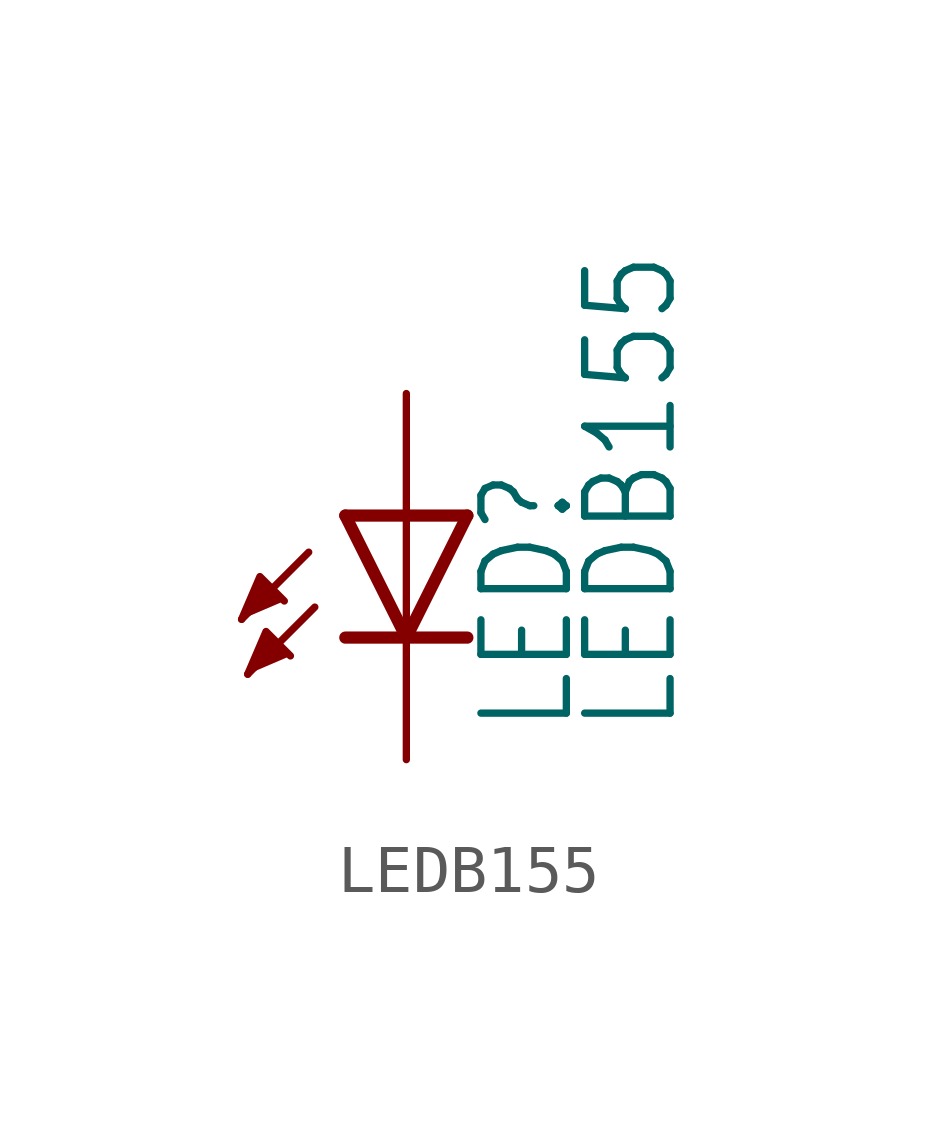
<source format=kicad_sym>
(kicad_symbol_lib
  (version 20201005)
  (generator kicad_symbol_editor)
  (symbol "LEDB155"
    (property "Reference" "LED"
      (at 3.556 -4.572 90)
      (effects (font (size 1.778 1.511)) (justify left bottom)))
    (property "Value" "LEDB155"
      (at 5.715 -4.572 90)
      (effects (font (size 1.778 1.511)) (justify left bottom)))
    (property "ki_locked" ""
      (at 0 0 0)
      (effects (font (size 1.27 1.27))))
    (symbol "LEDB155_1_0"
      (polyline (pts (xy 1.27 0) (xy 0 -2.54)) (stroke (width 0.254)) (fill (type none)))
      (polyline (pts (xy 0 -2.54) (xy -1.27 0)) (stroke (width 0.254)) (fill (type none)))
      (polyline (pts (xy 1.27 -2.54) (xy 0 -2.54)) (stroke (width 0.254)) (fill (type none)))
      (polyline (pts (xy 0 -2.54) (xy -1.27 -2.54)) (stroke (width 0.254)) (fill (type none)))
      (polyline (pts (xy 1.27 0) (xy 0 0)) (stroke (width 0.254)) (fill (type none)))
      (polyline (pts (xy 0 0) (xy -1.27 0)) (stroke (width 0.254)) (fill (type none)))
      (polyline (pts (xy 0 0) (xy 0 -2.54)) (stroke (width 0.152)) (fill (type none)))
      (polyline (pts (xy -2.032 -0.762) (xy -3.429 -2.159)) (stroke (width 0.152)) (fill (type none)))
      (polyline (pts (xy -1.905 -1.905) (xy -3.302 -3.302)) (stroke (width 0.152)) (fill (type none)))
      (polyline (pts (xy -3.429 -2.159) (xy -3.048 -1.27) (xy -2.54 -1.778)) (stroke (width 0)) (fill (type outline)))
      (polyline (pts (xy -3.302 -3.302) (xy -2.921 -2.413) (xy -2.413 -2.921)) (stroke (width 0)) (fill (type outline)))
      (pin passive line (at 0 -5.08 90) (length 2.54) (name "C" (effects (font (size 0 0)))) (number "K" (effects (font (size 0 0)))))
      (pin passive line (at 0 2.54 270) (length 2.54) (name "A" (effects (font (size 0 0)))) (number "A" (effects (font (size 0 0))))))))
</source>
